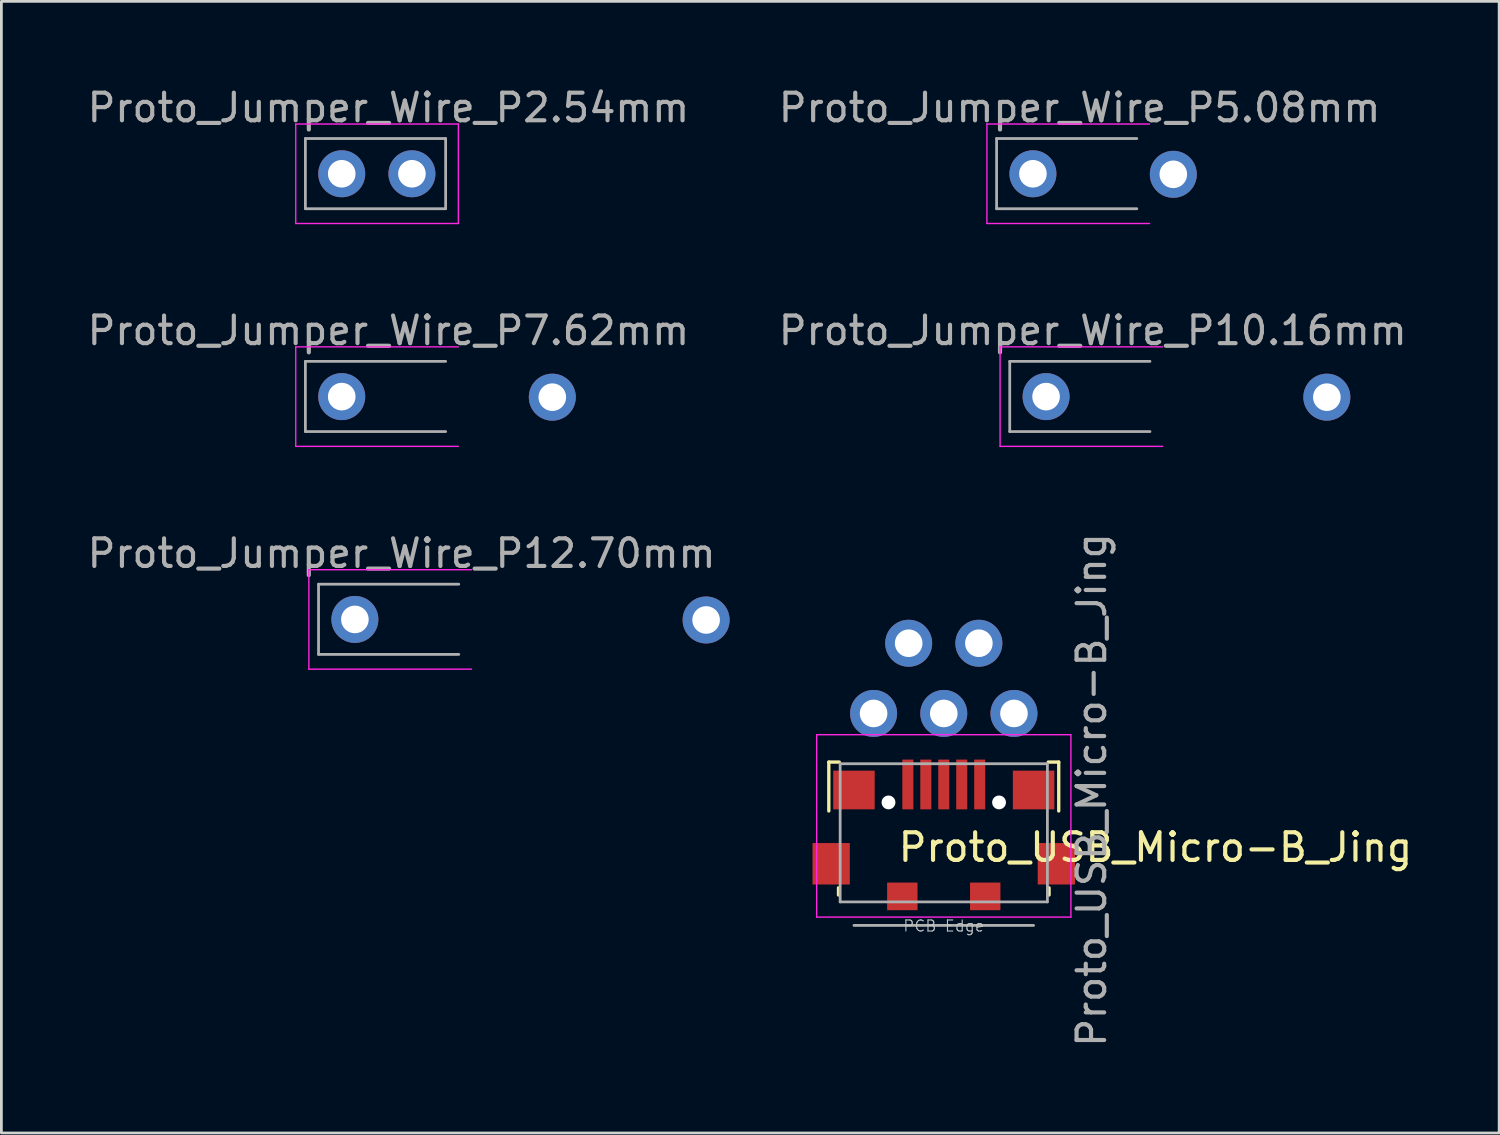
<source format=kicad_pcb>
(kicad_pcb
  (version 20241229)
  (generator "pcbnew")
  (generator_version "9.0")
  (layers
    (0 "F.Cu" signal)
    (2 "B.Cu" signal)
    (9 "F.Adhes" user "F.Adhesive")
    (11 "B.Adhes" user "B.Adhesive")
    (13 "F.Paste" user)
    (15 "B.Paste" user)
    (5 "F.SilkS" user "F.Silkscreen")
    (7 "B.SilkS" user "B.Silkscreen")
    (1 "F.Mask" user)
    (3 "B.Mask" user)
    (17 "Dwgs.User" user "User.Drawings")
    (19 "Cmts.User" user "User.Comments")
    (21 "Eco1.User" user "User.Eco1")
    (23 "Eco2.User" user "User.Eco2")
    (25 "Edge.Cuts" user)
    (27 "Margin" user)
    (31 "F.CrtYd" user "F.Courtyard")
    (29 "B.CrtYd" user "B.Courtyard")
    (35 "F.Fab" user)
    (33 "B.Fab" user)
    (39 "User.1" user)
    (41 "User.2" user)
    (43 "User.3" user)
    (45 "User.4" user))
  (footprint "Proto_USB_Micro-B_Jing"
    (layer "F.Cu")
    (at 31.102 27.437)
    (property "Reference" "Proto_USB_Micro-B_Jing" (at -1.725 0.175 0) (unlocked yes) (layer "F.SilkS") (effects (font (size 1 1) (thickness 0.15)) (justify left)))
    (attr smd)
    (fp_line (start -4.16 -2.91) (end -3.78 -2.91) (stroke (width 0.12) (type solid)) (layer "F.SilkS"))
    (fp_line (start -4.16 -1.14) (end -4.16 -2.91) (stroke (width 0.12) (type solid)) (layer "F.SilkS"))
    (fp_line (start -3.81 1.9) (end -3.81 1.64) (stroke (width 0.12) (type solid)) (layer "F.SilkS"))
    (fp_line (start 3.81 1.64) (end 3.81 1.9) (stroke (width 0.12) (type solid)) (layer "F.SilkS"))
    (fp_line (start 4.16 -2.91) (end 3.78 -2.91) (stroke (width 0.12) (type solid)) (layer "F.SilkS"))
    (fp_line (start 4.16 -2.91) (end 4.16 -1.14) (stroke (width 0.12) (type solid)) (layer "F.SilkS"))
    (fp_line (start -4.6 -3.9) (end 4.6 -3.9) (stroke (width 0.05) (type solid)) (layer "F.CrtYd"))
    (fp_line (start -4.6 2.7) (end -4.6 -3.9) (stroke (width 0.05) (type solid)) (layer "F.CrtYd"))
    (fp_line (start 4.6 -3.9) (end 4.6 2.7) (stroke (width 0.05) (type solid)) (layer "F.CrtYd"))
    (fp_line (start 4.6 2.7) (end -4.6 2.7) (stroke (width 0.05) (type solid)) (layer "F.CrtYd"))
    (fp_line (start -3.75 -2.85) (end 3.75 -2.85) (stroke (width 0.1) (type solid)) (layer "F.Fab"))
    (fp_line (start -3.75 2.15) (end -3.75 -2.85) (stroke (width 0.1) (type solid)) (layer "F.Fab"))
    (fp_line (start -3.25 3) (end 3.25 3) (stroke (width 0.1) (type solid)) (layer "F.Fab"))
    (fp_line (start 3.75 -2.85) (end 3.75 2.15) (stroke (width 0.1) (type solid)) (layer "F.Fab"))
    (fp_line (start 3.75 2.15) (end -3.75 2.15) (stroke (width 0.1) (type solid)) (layer "F.Fab"))
    (fp_text user "PCB Edge" (at 0 3.02 180) (layer "Dwgs.User") (effects (font (size 0.4 0.4) (thickness 0.04))))
    (fp_text user "${REFERENCE}" (at 5.35 -1.9 90) (layer "F.Fab") (effects (font (size 1 1) (thickness 0.15))))
    (pad "" np_thru_hole circle (at -2 -1.45) (size 0.5 0.5) (drill 0.5) (layers "*.Cu" "*.Mask"))
    (pad "" np_thru_hole circle (at 2 -1.45) (size 0.5 0.5) (drill 0.5) (layers "*.Cu" "*.Mask"))
    (pad "1" thru_hole circle (at -2.54 -4.67) (size 1.7 1.7) (drill 1) (layers "*.Cu" "*.Mask"))
    (pad "1" smd rect (at -1.3 -2.1) (size 0.4 1.8) (layers "F.Cu" "F.Mask" "F.Paste"))
    (pad "2" thru_hole circle (at -1.27 -7.21) (size 1.7 1.7) (drill 1) (layers "*.Cu" "*.Mask"))
    (pad "2" smd rect (at -0.65 -2.1) (size 0.4 1.8) (layers "F.Cu" "F.Mask" "F.Paste"))
    (pad "3" thru_hole circle (at 0 -4.67) (size 1.7 1.7) (drill 1) (layers "*.Cu" "*.Mask"))
    (pad "3" smd rect (at 0 -2.1) (size 0.4 1.8) (layers "F.Cu" "F.Mask" "F.Paste"))
    (pad "4" smd rect (at 0.65 -2.1) (size 0.4 1.8) (layers "F.Cu" "F.Mask" "F.Paste"))
    (pad "4" thru_hole circle (at 1.27 -7.21) (size 1.7 1.7) (drill 1) (layers "*.Cu" "*.Mask"))
    (pad "5" smd rect (at 1.3 -2.1) (size 0.4 1.8) (layers "F.Cu" "F.Mask" "F.Paste"))
    (pad "5" thru_hole circle (at 2.54 -4.67) (size 1.7 1.7) (drill 1) (layers "*.Cu" "*.Mask"))
    (pad "6" smd rect (at -4.075 0.77) (size 1.35 1.5) (layers "F.Cu" "F.Mask" "F.Paste"))
    (pad "6" smd rect (at -3.25 -1.9) (size 1.5 1.4) (layers "F.Cu" "F.Mask" "F.Paste"))
    (pad "6" smd rect (at -1.5 1.95) (size 1.1 1) (layers "F.Cu" "F.Mask" "F.Paste"))
    (pad "6" smd rect (at 1.5 1.95) (size 1.1 1) (layers "F.Cu" "F.Mask" "F.Paste"))
    (pad "6" smd rect (at 3.25 -1.9) (size 1.5 1.4) (layers "F.Cu" "F.Mask" "F.Paste"))
    (pad "6" smd rect (at 4.075 0.77) (size 1.35 1.5) (layers "F.Cu" "F.Mask" "F.Paste")))
  (footprint "Proto_Jumper_Wire_P7.62mm"
    (layer "F.Cu")
    (at 13.126 11.302)
    (property "Reference" "Proto_Jumper_Wire_P7.62mm" (at -2.12 -2.39 0) (layer "F.Fab") (effects (font (size 1 1) (thickness 0.15))))
    (attr through_hole)
    (fp_line (start -5.475 -1.8) (end -5.475 1.8) (stroke (width 0.05) (type solid)) (layer "F.CrtYd"))
    (fp_line (start -5.475 1.8) (end 0.41 1.8) (stroke (width 0.05) (type solid)) (layer "F.CrtYd"))
    (fp_line (start 0.41 -1.8) (end -5.475 -1.8) (stroke (width 0.05) (type solid)) (layer "F.CrtYd"))
    (fp_line (start -5.125 -1.275) (end -5.125 1.265) (stroke (width 0.1) (type solid)) (layer "F.Fab"))
    (fp_line (start -5.125 -1.275) (end -0.05 -1.275) (stroke (width 0.1) (type solid)) (layer "F.Fab"))
    (fp_line (start -0.05 1.265) (end -5.125 1.265) (stroke (width 0.1) (type solid)) (layer "F.Fab"))
    (pad "1" thru_hole oval (at -3.81 0 90) (size 1.7 1.7) (drill 1) (layers "*.Cu" "*.Mask"))
    (pad "1" thru_hole oval (at 3.81 0.02 90) (size 1.7 1.7) (drill 1) (layers "*.Cu" "*.Mask")))
  (footprint "Proto_Jumper_Wire_P10.16mm"
    (layer "F.Cu")
    (at 38.614 11.302)
    (property "Reference" "Proto_Jumper_Wire_P10.16mm" (at -2.12 -2.39 0) (layer "F.Fab") (effects (font (size 1 1) (thickness 0.15))))
    (attr through_hole)
    (fp_line (start -5.475 -1.8) (end -5.475 1.8) (stroke (width 0.05) (type solid)) (layer "F.CrtYd"))
    (fp_line (start -5.475 1.8) (end 0.41 1.8) (stroke (width 0.05) (type solid)) (layer "F.CrtYd"))
    (fp_line (start 0.41 -1.8) (end -5.475 -1.8) (stroke (width 0.05) (type solid)) (layer "F.CrtYd"))
    (fp_line (start -5.125 -1.275) (end -5.125 1.265) (stroke (width 0.1) (type solid)) (layer "F.Fab"))
    (fp_line (start -5.125 -1.275) (end -0.05 -1.275) (stroke (width 0.1) (type solid)) (layer "F.Fab"))
    (fp_line (start -0.05 1.265) (end -5.125 1.265) (stroke (width 0.1) (type solid)) (layer "F.Fab"))
    (pad "1" thru_hole oval (at -3.81 0 90) (size 1.7 1.7) (drill 1) (layers "*.Cu" "*.Mask"))
    (pad "1" thru_hole oval (at 6.35 0.02 90) (size 1.7 1.7) (drill 1) (layers "*.Cu" "*.Mask")))
  (footprint "Proto_Jumper_Wire_P2.54mm"
    (layer "F.Cu")
    (at 13.126 3.238)
    (property "Reference" "Proto_Jumper_Wire_P2.54mm" (at -2.12 -2.39 0) (layer "F.Fab") (effects (font (size 1 1) (thickness 0.15))))
    (attr through_hole)
    (fp_line (start -5.475 -1.8) (end -5.475 1.8) (stroke (width 0.05) (type solid)) (layer "F.CrtYd"))
    (fp_line (start -5.475 1.8) (end 0.41 1.8) (stroke (width 0.05) (type solid)) (layer "F.CrtYd"))
    (fp_line (start 0.41 -1.8) (end -5.475 -1.8) (stroke (width 0.05) (type solid)) (layer "F.CrtYd"))
    (fp_line (start 0.41 1.8) (end 0.41 -1.8) (stroke (width 0.05) (type solid)) (layer "F.CrtYd"))
    (fp_line (start -5.125 -1.275) (end -5.125 1.265) (stroke (width 0.1) (type solid)) (layer "F.Fab"))
    (fp_line (start -5.125 -1.275) (end -0.05 -1.275) (stroke (width 0.1) (type solid)) (layer "F.Fab"))
    (fp_line (start -0.05 -1.275) (end -0.05 1.265) (stroke (width 0.1) (type solid)) (layer "F.Fab"))
    (fp_line (start -0.05 1.265) (end -5.125 1.265) (stroke (width 0.1) (type solid)) (layer "F.Fab"))
    (pad "1" thru_hole oval (at -3.81 0 90) (size 1.7 1.7) (drill 1) (layers "*.Cu" "*.Mask"))
    (pad "1" thru_hole oval (at -1.27 0 90) (size 1.7 1.7) (drill 1) (layers "*.Cu" "*.Mask")))
  (footprint "Proto_Jumper_Wire_P12.70mm"
    (layer "F.Cu")
    (at 13.602 19.365)
    (property "Reference" "Proto_Jumper_Wire_P12.70mm" (at -2.12 -2.39 0) (layer "F.Fab") (effects (font (size 1 1) (thickness 0.15))))
    (attr through_hole)
    (fp_line (start -5.475 -1.8) (end -5.475 1.8) (stroke (width 0.05) (type solid)) (layer "F.CrtYd"))
    (fp_line (start -5.475 1.8) (end 0.41 1.8) (stroke (width 0.05) (type solid)) (layer "F.CrtYd"))
    (fp_line (start 0.41 -1.8) (end -5.475 -1.8) (stroke (width 0.05) (type solid)) (layer "F.CrtYd"))
    (fp_line (start -5.125 -1.275) (end -5.125 1.265) (stroke (width 0.1) (type solid)) (layer "F.Fab"))
    (fp_line (start -5.125 -1.275) (end -0.05 -1.275) (stroke (width 0.1) (type solid)) (layer "F.Fab"))
    (fp_line (start -0.05 1.265) (end -5.125 1.265) (stroke (width 0.1) (type solid)) (layer "F.Fab"))
    (pad "1" thru_hole oval (at -3.81 0 90) (size 1.7 1.7) (drill 1) (layers "*.Cu" "*.Mask"))
    (pad "1" thru_hole oval (at 8.9 0.02 90) (size 1.7 1.7) (drill 1) (layers "*.Cu" "*.Mask")))
  (footprint "Proto_Jumper_Wire_P5.08mm"
    (layer "F.Cu")
    (at 38.138 3.238)
    (property "Reference" "Proto_Jumper_Wire_P5.08mm" (at -2.12 -2.39 0) (layer "F.Fab") (effects (font (size 1 1) (thickness 0.15))))
    (attr through_hole)
    (fp_line (start -5.475 -1.8) (end -5.475 1.8) (stroke (width 0.05) (type solid)) (layer "F.CrtYd"))
    (fp_line (start -5.475 1.8) (end 0.41 1.8) (stroke (width 0.05) (type solid)) (layer "F.CrtYd"))
    (fp_line (start 0.41 -1.8) (end -5.475 -1.8) (stroke (width 0.05) (type solid)) (layer "F.CrtYd"))
    (fp_line (start -5.125 -1.275) (end -5.125 1.265) (stroke (width 0.1) (type solid)) (layer "F.Fab"))
    (fp_line (start -5.125 -1.275) (end -0.05 -1.275) (stroke (width 0.1) (type solid)) (layer "F.Fab"))
    (fp_line (start -0.05 1.265) (end -5.125 1.265) (stroke (width 0.1) (type solid)) (layer "F.Fab"))
    (pad "1" thru_hole oval (at -3.81 0 90) (size 1.7 1.7) (drill 1) (layers "*.Cu" "*.Mask"))
    (pad "1" thru_hole oval (at 1.27 0.02 90) (size 1.7 1.7) (drill 1) (layers "*.Cu" "*.Mask")))
  (gr_rect
    (start -3 -3)
    (end 51.199 37.948)
    (stroke (width 0.1) (type default))
    (fill no)
    (layer "Edge.Cuts")))
</source>
